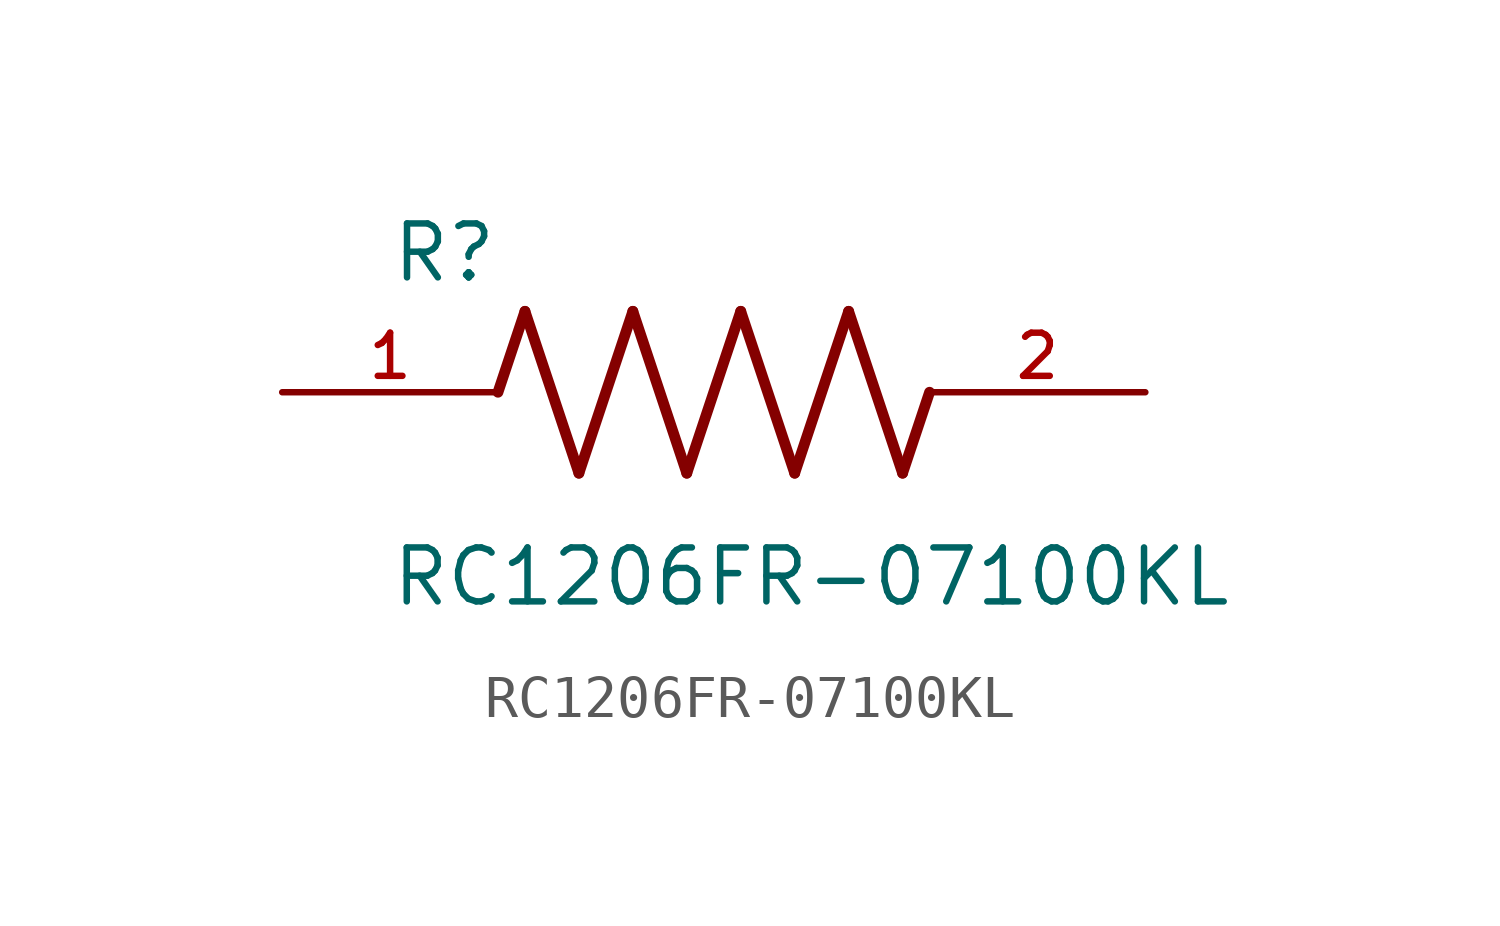
<source format=kicad_sym>
(kicad_symbol_lib
  (version 20211014)
  (generator kicad_symbol_editor)
  (symbol "RC1206FR-07100KL"
    (pin_names
      (offset 1.016))
    (property "Reference" "R"
      (at -7.624 2.541 0)
      (effects (font (size 1.27 1.27)) (justify bottom left)))
    (property "Value" "RC1206FR-07100KL"
      (at -7.63 -5.087 0)
      (effects (font (size 1.27 1.27)) (justify bottom left)))
    (symbol "RC1206FR-07100KL_0_0"
      (polyline (pts (xy -5.08 0.0) (xy -4.445 1.905)) (stroke (width 0.254)))
      (polyline (pts (xy -4.445 1.905) (xy -3.175 -1.905)) (stroke (width 0.254)))
      (polyline (pts (xy -3.175 -1.905) (xy -1.905 1.905)) (stroke (width 0.254)))
      (polyline (pts (xy -1.905 1.905) (xy -0.635 -1.905)) (stroke (width 0.254)))
      (polyline (pts (xy -0.635 -1.905) (xy 0.635 1.905)) (stroke (width 0.254)))
      (polyline (pts (xy 0.635 1.905) (xy 1.905 -1.905)) (stroke (width 0.254)))
      (polyline (pts (xy 1.905 -1.905) (xy 3.175 1.905)) (stroke (width 0.254)))
      (polyline (pts (xy 3.175 1.905) (xy 4.445 -1.905)) (stroke (width 0.254)))
      (polyline (pts (xy 4.445 -1.905) (xy 5.08 0.0)) (stroke (width 0.254)))
      (pin passive line (at -10.16 0.0 0) (length 5.08) (name "~" (effects (font (size 1.016 1.016)))) (number "1" (effects (font (size 1.016 1.016)))))
      (pin passive line (at 10.16 0.0 180.0) (length 5.08) (name "~" (effects (font (size 1.016 1.016)))) (number "2" (effects (font (size 1.016 1.016))))))))
</source>
